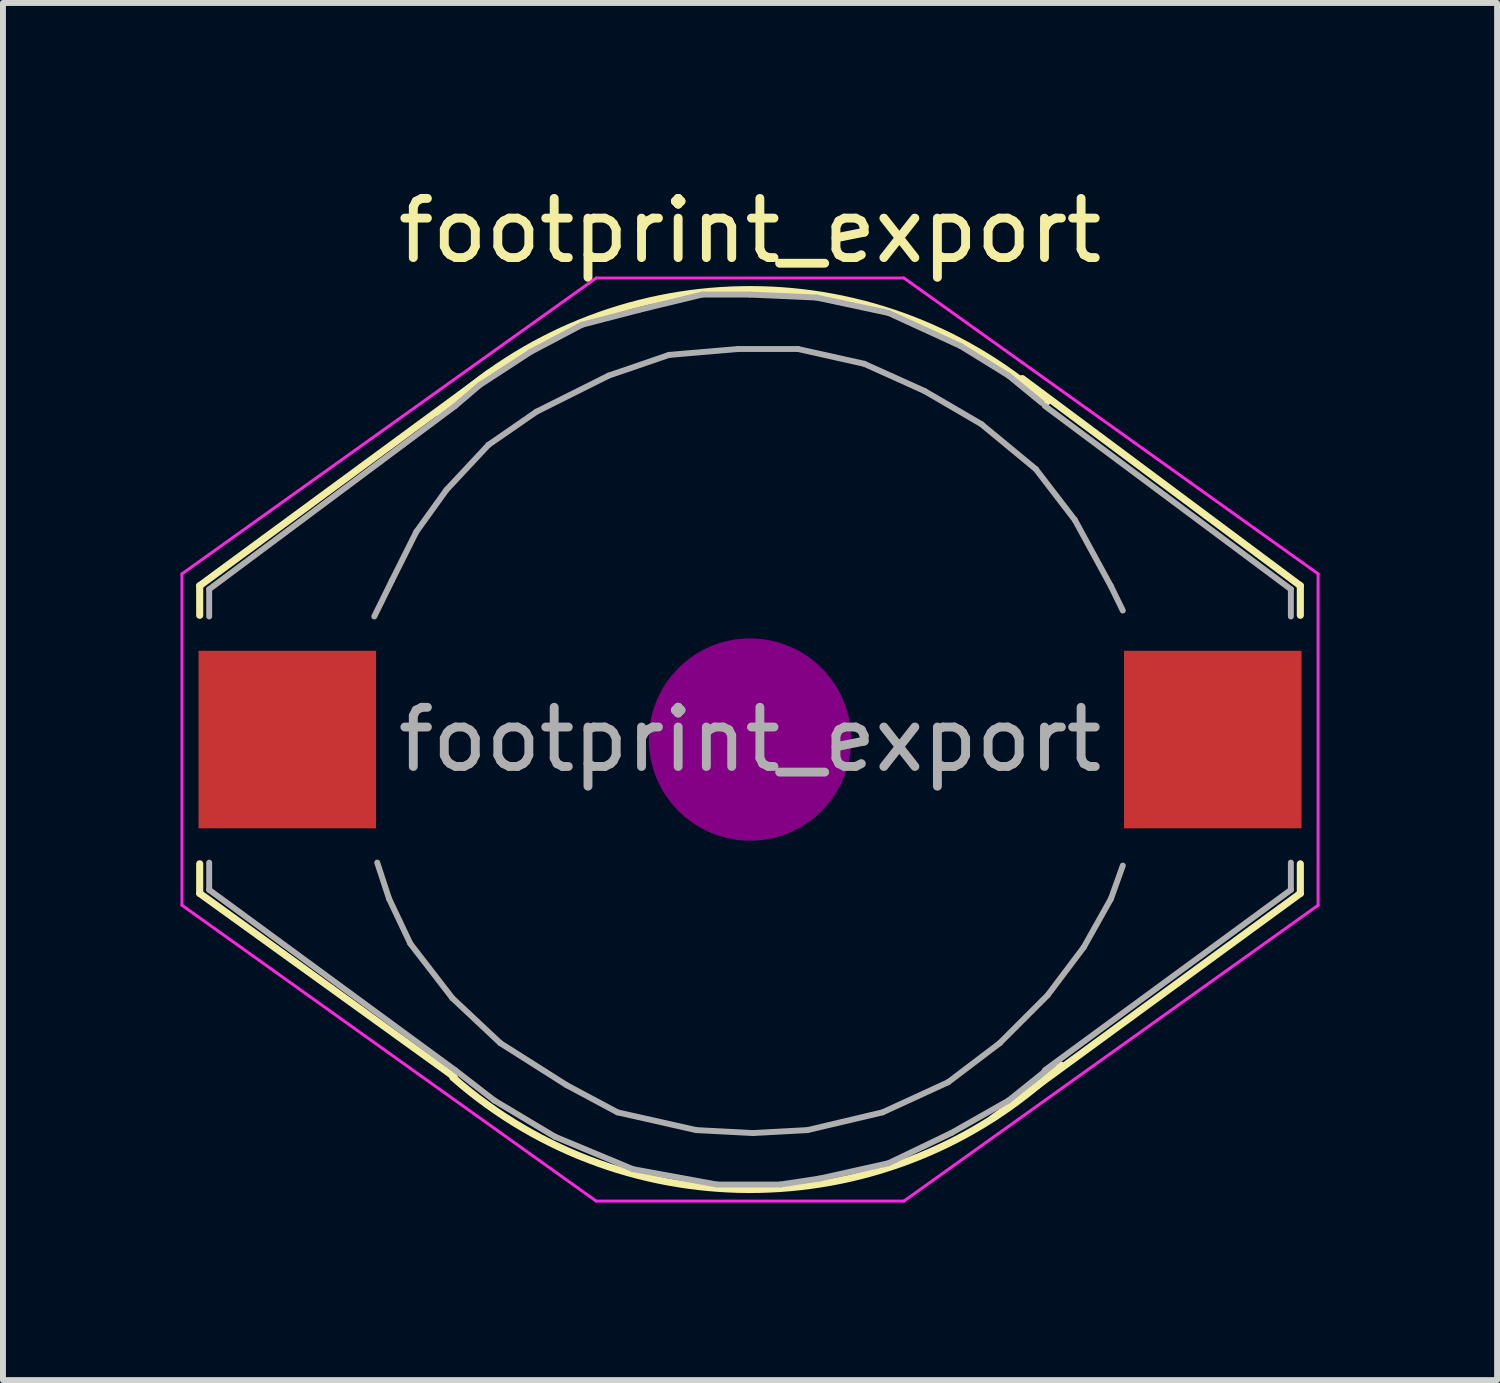
<source format=kicad_pcb>
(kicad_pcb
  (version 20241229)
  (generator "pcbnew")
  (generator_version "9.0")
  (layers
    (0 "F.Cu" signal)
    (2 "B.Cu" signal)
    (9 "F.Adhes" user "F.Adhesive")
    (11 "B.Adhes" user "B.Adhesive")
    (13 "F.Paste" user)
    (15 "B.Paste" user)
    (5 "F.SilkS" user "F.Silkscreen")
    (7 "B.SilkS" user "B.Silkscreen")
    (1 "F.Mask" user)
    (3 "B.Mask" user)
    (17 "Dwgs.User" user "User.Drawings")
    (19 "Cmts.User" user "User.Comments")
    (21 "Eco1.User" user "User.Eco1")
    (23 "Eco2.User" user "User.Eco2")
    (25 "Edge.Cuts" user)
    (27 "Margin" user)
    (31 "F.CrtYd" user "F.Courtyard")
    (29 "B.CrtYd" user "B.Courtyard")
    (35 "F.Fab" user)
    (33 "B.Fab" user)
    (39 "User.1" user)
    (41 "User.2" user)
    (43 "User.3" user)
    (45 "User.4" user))
  (footprint "footprint_export"
    (layer "F.Cu")
    (at 9.625 9.448)
    (property "Reference" "footprint_export" (at 0 -8.6 0) (layer "F.SilkS") (effects (font (size 1 1) (thickness 0.15))))
    (attr smd)
    (fp_line (start -9.3 -2.6) (end -9.3 -2.1) (stroke (width 0.12) (type solid)) (layer "F.SilkS"))
    (fp_line (start -9.3 -2.6) (end -4.4 -6.2) (stroke (width 0.12) (type solid)) (layer "F.SilkS"))
    (fp_line (start -9.3 2.6) (end -9.3 2.1) (stroke (width 0.12) (type solid)) (layer "F.SilkS"))
    (fp_line (start -5 5.7) (end -9.3 2.6) (stroke (width 0.12) (type solid)) (layer "F.SilkS"))
    (fp_line (start 4.1 6.4) (end 9.3 2.6) (stroke (width 0.12) (type solid)) (layer "F.SilkS"))
    (fp_line (start 4.6 -6.1) (end 9.3 -2.6) (stroke (width 0.12) (type solid)) (layer "F.SilkS"))
    (fp_line (start 9.3 -2.6) (end 9.3 -2.1) (stroke (width 0.12) (type solid)) (layer "F.SilkS"))
    (fp_line (start 9.3 2.6) (end 9.3 2.1) (stroke (width 0.12) (type solid)) (layer "F.SilkS"))
    (fp_arc (start -5.25 -5.5) (mid -0.15496 -7.601874) (end 5.021503 -5.709379) (stroke (width 0.12) (type solid)) (layer "F.SilkS"))
    (fp_arc (start 5.25 5.5) (mid 0.15496 7.601874) (end -5.021503 5.709379) (stroke (width 0.12) (type solid)) (layer "F.SilkS"))
    (fp_line (start 0 -0.25) (end 0 0.25) (stroke (width 0.38) (type solid)) (layer "F.Adhes"))
    (fp_circle (center 0 0) (end 0 0.25) (stroke (width 0.38) (type solid)) (fill no) (layer "F.Adhes"))
    (fp_circle (center 0 0) (end 0 0.51) (stroke (width 0.38) (type solid)) (fill no) (layer "F.Adhes"))
    (fp_circle (center 0 0) (end 0 0.76) (stroke (width 0.38) (type solid)) (fill no) (layer "F.Adhes"))
    (fp_circle (center 0 0) (end 0 1.02) (stroke (width 0.38) (type solid)) (fill no) (layer "F.Adhes"))
    (fp_circle (center 0 0) (end 0 1.27) (stroke (width 0.38) (type solid)) (fill no) (layer "F.Adhes"))
    (fp_circle (center 0 0) (end 0 1.52) (stroke (width 0.38) (type solid)) (fill no) (layer "F.Adhes"))
    (fp_line (start -9.6 -2.8) (end -2.6 -7.8) (stroke (width 0.05) (type solid)) (layer "F.CrtYd"))
    (fp_line (start -9.6 2.8) (end -9.6 -2.8) (stroke (width 0.05) (type solid)) (layer "F.CrtYd"))
    (fp_line (start -2.6 -7.8) (end 2.6 -7.8) (stroke (width 0.05) (type solid)) (layer "F.CrtYd"))
    (fp_line (start -2.6 7.8) (end -9.6 2.8) (stroke (width 0.05) (type solid)) (layer "F.CrtYd"))
    (fp_line (start 2.6 -7.8) (end 9.6 -2.8) (stroke (width 0.05) (type solid)) (layer "F.CrtYd"))
    (fp_line (start 2.6 7.8) (end -2.6 7.8) (stroke (width 0.05) (type solid)) (layer "F.CrtYd"))
    (fp_line (start 9.6 -2.8) (end 9.6 2.8) (stroke (width 0.05) (type solid)) (layer "F.CrtYd"))
    (fp_line (start 9.6 2.8) (end 2.6 7.8) (stroke (width 0.05) (type solid)) (layer "F.CrtYd"))
    (fp_line (start -9.14 -2.54) (end -4.98 -5.64) (stroke (width 0.1) (type solid)) (layer "F.Fab"))
    (fp_line (start -9.14 -2.08) (end -9.14 -2.54) (stroke (width 0.1) (type solid)) (layer "F.Fab"))
    (fp_line (start -9.14 2.08) (end -9.14 2.54) (stroke (width 0.1) (type solid)) (layer "F.Fab"))
    (fp_line (start -9.14 2.54) (end -4.98 5.59) (stroke (width 0.1) (type solid)) (layer "F.Fab"))
    (fp_line (start -6.35 -2.08) (end -6.05 -2.69) (stroke (width 0.1) (type solid)) (layer "F.Fab"))
    (fp_line (start -6.3 2.08) (end -6.1 2.69) (stroke (width 0.1) (type solid)) (layer "F.Fab"))
    (fp_line (start -6.1 2.69) (end -5.74 3.45) (stroke (width 0.1) (type solid)) (layer "F.Fab"))
    (fp_line (start -6.05 -2.69) (end -5.64 -3.51) (stroke (width 0.1) (type solid)) (layer "F.Fab"))
    (fp_line (start -5.74 3.45) (end -5.03 4.37) (stroke (width 0.1) (type solid)) (layer "F.Fab"))
    (fp_line (start -5.64 -3.51) (end -5.13 -4.22) (stroke (width 0.1) (type solid)) (layer "F.Fab"))
    (fp_line (start -5.13 -4.22) (end -4.42 -4.98) (stroke (width 0.1) (type solid)) (layer "F.Fab"))
    (fp_line (start -5.03 4.37) (end -4.22 5.13) (stroke (width 0.1) (type solid)) (layer "F.Fab"))
    (fp_line (start -4.98 -5.64) (end -4.57 -5.99) (stroke (width 0.1) (type solid)) (layer "F.Fab"))
    (fp_line (start -4.98 5.59) (end -4.32 6.1) (stroke (width 0.1) (type solid)) (layer "F.Fab"))
    (fp_line (start -4.57 -5.99) (end -3.71 -6.55) (stroke (width 0.1) (type solid)) (layer "F.Fab"))
    (fp_line (start -4.42 -4.98) (end -3.61 -5.54) (stroke (width 0.1) (type solid)) (layer "F.Fab"))
    (fp_line (start -4.32 6.1) (end -3.3 6.71) (stroke (width 0.1) (type solid)) (layer "F.Fab"))
    (fp_line (start -4.22 5.13) (end -3.1 5.84) (stroke (width 0.1) (type solid)) (layer "F.Fab"))
    (fp_line (start -3.71 -6.55) (end -2.84 -7.01) (stroke (width 0.1) (type solid)) (layer "F.Fab"))
    (fp_line (start -3.61 -5.54) (end -2.39 -6.15) (stroke (width 0.1) (type solid)) (layer "F.Fab"))
    (fp_line (start -3.3 6.71) (end -1.98 7.26) (stroke (width 0.1) (type solid)) (layer "F.Fab"))
    (fp_line (start -3.1 5.84) (end -2.24 6.3) (stroke (width 0.1) (type solid)) (layer "F.Fab"))
    (fp_line (start -2.84 -7.01) (end -1.88 -7.26) (stroke (width 0.1) (type solid)) (layer "F.Fab"))
    (fp_line (start -2.39 -6.15) (end -1.37 -6.5) (stroke (width 0.1) (type solid)) (layer "F.Fab"))
    (fp_line (start -2.24 6.3) (end -0.91 6.6) (stroke (width 0.1) (type solid)) (layer "F.Fab"))
    (fp_line (start -1.98 7.26) (end -0.56 7.52) (stroke (width 0.1) (type solid)) (layer "F.Fab"))
    (fp_line (start -1.88 -7.26) (end -0.81 -7.52) (stroke (width 0.1) (type solid)) (layer "F.Fab"))
    (fp_line (start -1.37 -6.5) (end -0.2 -6.6) (stroke (width 0.1) (type solid)) (layer "F.Fab"))
    (fp_line (start -0.91 6.6) (end 0.05 6.65) (stroke (width 0.1) (type solid)) (layer "F.Fab"))
    (fp_line (start -0.81 -7.52) (end 0 -7.52) (stroke (width 0.1) (type solid)) (layer "F.Fab"))
    (fp_line (start -0.56 7.52) (end 0.51 7.52) (stroke (width 0.1) (type solid)) (layer "F.Fab"))
    (fp_line (start -0.2 -6.6) (end 0.81 -6.6) (stroke (width 0.1) (type solid)) (layer "F.Fab"))
    (fp_line (start 0 -7.52) (end 1.12 -7.47) (stroke (width 0.1) (type solid)) (layer "F.Fab"))
    (fp_line (start 0.05 6.65) (end 0.97 6.6) (stroke (width 0.1) (type solid)) (layer "F.Fab"))
    (fp_line (start 0.51 7.52) (end 1.17 7.42) (stroke (width 0.1) (type solid)) (layer "F.Fab"))
    (fp_line (start 0.81 -6.6) (end 1.93 -6.35) (stroke (width 0.1) (type solid)) (layer "F.Fab"))
    (fp_line (start 0.97 6.6) (end 2.24 6.3) (stroke (width 0.1) (type solid)) (layer "F.Fab"))
    (fp_line (start 1.12 -7.47) (end 2.34 -7.21) (stroke (width 0.1) (type solid)) (layer "F.Fab"))
    (fp_line (start 1.17 7.42) (end 2.34 7.16) (stroke (width 0.1) (type solid)) (layer "F.Fab"))
    (fp_line (start 1.93 -6.35) (end 2.95 -5.89) (stroke (width 0.1) (type solid)) (layer "F.Fab"))
    (fp_line (start 2.24 6.3) (end 3.35 5.79) (stroke (width 0.1) (type solid)) (layer "F.Fab"))
    (fp_line (start 2.34 -7.21) (end 3.56 -6.65) (stroke (width 0.1) (type solid)) (layer "F.Fab"))
    (fp_line (start 2.34 7.16) (end 3.4 6.65) (stroke (width 0.1) (type solid)) (layer "F.Fab"))
    (fp_line (start 2.95 -5.89) (end 3.91 -5.33) (stroke (width 0.1) (type solid)) (layer "F.Fab"))
    (fp_line (start 3.35 5.79) (end 4.22 5.13) (stroke (width 0.1) (type solid)) (layer "F.Fab"))
    (fp_line (start 3.4 6.65) (end 4.37 6.1) (stroke (width 0.1) (type solid)) (layer "F.Fab"))
    (fp_line (start 3.56 -6.65) (end 4.37 -6.15) (stroke (width 0.1) (type solid)) (layer "F.Fab"))
    (fp_line (start 3.91 -5.33) (end 4.83 -4.57) (stroke (width 0.1) (type solid)) (layer "F.Fab"))
    (fp_line (start 4.22 5.13) (end 5.03 4.32) (stroke (width 0.1) (type solid)) (layer "F.Fab"))
    (fp_line (start 4.37 -6.15) (end 4.93 -5.69) (stroke (width 0.1) (type solid)) (layer "F.Fab"))
    (fp_line (start 4.37 6.1) (end 5.13 5.49) (stroke (width 0.1) (type solid)) (layer "F.Fab"))
    (fp_line (start 4.83 -4.57) (end 5.49 -3.71) (stroke (width 0.1) (type solid)) (layer "F.Fab"))
    (fp_line (start 5.03 4.32) (end 5.64 3.51) (stroke (width 0.1) (type solid)) (layer "F.Fab"))
    (fp_line (start 5.49 -3.71) (end 6.1 -2.59) (stroke (width 0.1) (type solid)) (layer "F.Fab"))
    (fp_line (start 5.64 3.51) (end 6.1 2.69) (stroke (width 0.1) (type solid)) (layer "F.Fab"))
    (fp_line (start 6.1 -2.59) (end 6.3 -2.18) (stroke (width 0.1) (type solid)) (layer "F.Fab"))
    (fp_line (start 6.1 2.69) (end 6.3 2.13) (stroke (width 0.1) (type solid)) (layer "F.Fab"))
    (fp_line (start 9.14 -2.54) (end 4.98 -5.64) (stroke (width 0.1) (type solid)) (layer "F.Fab"))
    (fp_line (start 9.14 -2.08) (end 9.14 -2.54) (stroke (width 0.1) (type solid)) (layer "F.Fab"))
    (fp_line (start 9.14 2.08) (end 9.14 2.54) (stroke (width 0.1) (type solid)) (layer "F.Fab"))
    (fp_line (start 9.14 2.54) (end 4.98 5.59) (stroke (width 0.1) (type solid)) (layer "F.Fab"))
    (fp_text user "${REFERENCE}" (at 0 0 0) (layer "F.Fab") (effects (font (size 1 1) (thickness 0.15))))
    (pad "1" smd rect (at 7.82 0) (size 3 3) (layers "F.Cu" "F.Mask" "F.Paste"))
    (pad "2" smd rect (at -7.82 0) (size 3 3) (layers "F.Cu" "F.Mask" "F.Paste")))
  (gr_rect
    (start -3 -3)
    (end 22.25 20.273)
    (stroke (width 0.1) (type default))
    (fill no)
    (layer "Edge.Cuts")))
</source>
